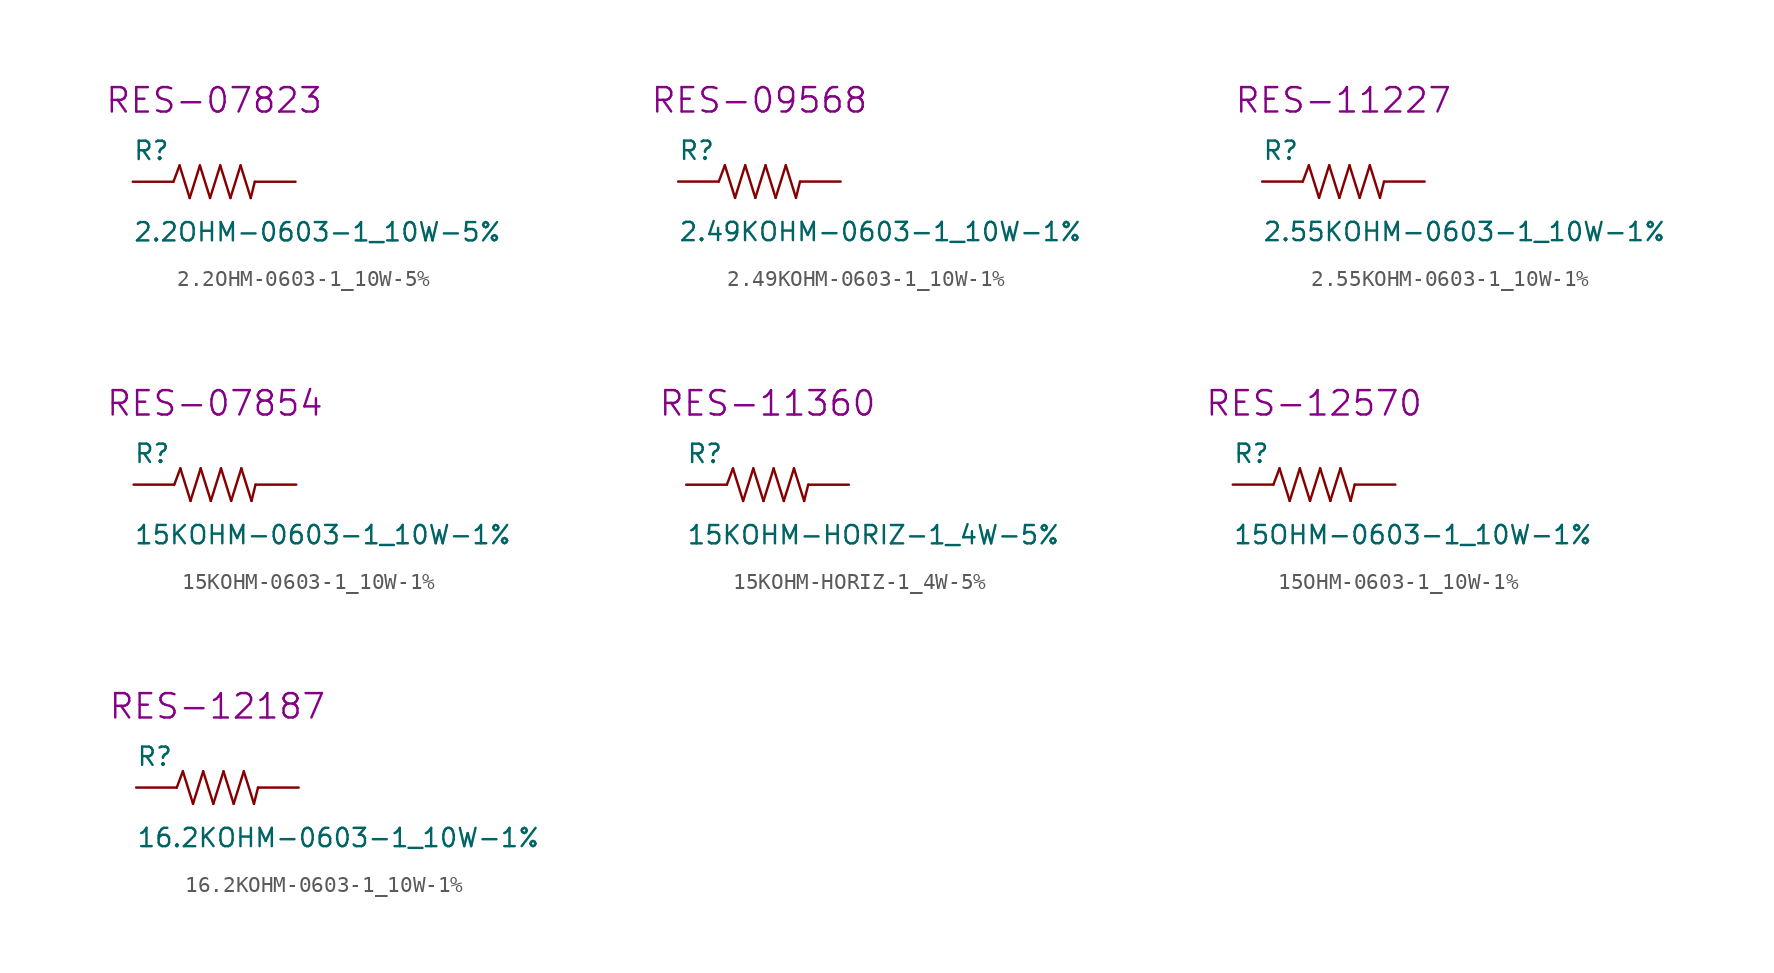
<source format=kicad_sym>
(kicad_symbol_lib
  (version 20220914)
  (generator kicad_symbol_editor)
  (symbol "2.2OHM-0603-1_10W-5%"
    (pin_numbers hide)
    (pin_names
      (offset 1.016) hide)
    (property "Reference" "R"
      (at -5.08 1.27 0)
      (effects (font (size 1.143 1.143)) (justify left bottom)))
    (property "Value" "2.2OHM-0603-1_10W-5%"
      (at -5.08 -3.81 0)
      (effects (font (size 1.143 1.143)) (justify left bottom)))
    (property "Field4" "RES-07823"
      (at 0 5.08 0)
      (effects (font (size 1.524 1.524))))
    (property "ki_locked" ""
      (at 0 0 0)
      (effects (font (size 1.27 1.27))))
    (symbol "2.2OHM-0603-1_10W-5%_1_0"
      (polyline (pts (xy -2.54 0) (xy -2.159 1.016)) (stroke (width 0) (type solid)) (fill (type none)))
      (polyline (pts (xy -2.159 1.016) (xy -1.524 -1.016)) (stroke (width 0) (type solid)) (fill (type none)))
      (polyline (pts (xy -1.524 -1.016) (xy -0.889 1.016)) (stroke (width 0) (type solid)) (fill (type none)))
      (polyline (pts (xy -0.889 1.016) (xy -0.254 -1.016)) (stroke (width 0) (type solid)) (fill (type none)))
      (polyline (pts (xy -0.254 -1.016) (xy 0.381 1.016)) (stroke (width 0) (type solid)) (fill (type none)))
      (polyline (pts (xy 0.381 1.016) (xy 1.016 -1.016)) (stroke (width 0) (type solid)) (fill (type none)))
      (polyline (pts (xy 1.016 -1.016) (xy 1.651 1.016)) (stroke (width 0) (type solid)) (fill (type none)))
      (polyline (pts (xy 1.651 1.016) (xy 2.286 -1.016)) (stroke (width 0) (type solid)) (fill (type none)))
      (polyline (pts (xy 2.286 -1.016) (xy 2.54 0)) (stroke (width 0) (type solid)) (fill (type none))))
    (symbol "2.2OHM-0603-1_10W-5%_1_1"
      (pin passive line (at -5.08 0 0) (length 2.54) (name "1" (effects (font (size 1.016 1.016)))) (number "1" (effects (font (size 1.016 1.016)))))
      (pin passive line (at 5.08 0 180) (length 2.54) (name "2" (effects (font (size 1.016 1.016)))) (number "2" (effects (font (size 1.016 1.016)))))))
  (symbol "2.49KOHM-0603-1_10W-1%"
    (pin_numbers hide)
    (pin_names
      (offset 1.016) hide)
    (property "Reference" "R"
      (at -5.08 1.27 0)
      (effects (font (size 1.143 1.143)) (justify left bottom)))
    (property "Value" "2.49KOHM-0603-1_10W-1%"
      (at -5.08 -3.81 0)
      (effects (font (size 1.143 1.143)) (justify left bottom)))
    (property "Field4" "RES-09568"
      (at 0 5.08 0)
      (effects (font (size 1.524 1.524))))
    (property "ki_locked" ""
      (at 0 0 0)
      (effects (font (size 1.27 1.27))))
    (symbol "2.49KOHM-0603-1_10W-1%_1_0"
      (polyline (pts (xy -2.54 0) (xy -2.159 1.016)) (stroke (width 0) (type solid)) (fill (type none)))
      (polyline (pts (xy -2.159 1.016) (xy -1.524 -1.016)) (stroke (width 0) (type solid)) (fill (type none)))
      (polyline (pts (xy -1.524 -1.016) (xy -0.889 1.016)) (stroke (width 0) (type solid)) (fill (type none)))
      (polyline (pts (xy -0.889 1.016) (xy -0.254 -1.016)) (stroke (width 0) (type solid)) (fill (type none)))
      (polyline (pts (xy -0.254 -1.016) (xy 0.381 1.016)) (stroke (width 0) (type solid)) (fill (type none)))
      (polyline (pts (xy 0.381 1.016) (xy 1.016 -1.016)) (stroke (width 0) (type solid)) (fill (type none)))
      (polyline (pts (xy 1.016 -1.016) (xy 1.651 1.016)) (stroke (width 0) (type solid)) (fill (type none)))
      (polyline (pts (xy 1.651 1.016) (xy 2.286 -1.016)) (stroke (width 0) (type solid)) (fill (type none)))
      (polyline (pts (xy 2.286 -1.016) (xy 2.54 0)) (stroke (width 0) (type solid)) (fill (type none))))
    (symbol "2.49KOHM-0603-1_10W-1%_1_1"
      (pin passive line (at -5.08 0 0) (length 2.54) (name "1" (effects (font (size 1.016 1.016)))) (number "1" (effects (font (size 1.016 1.016)))))
      (pin passive line (at 5.08 0 180) (length 2.54) (name "2" (effects (font (size 1.016 1.016)))) (number "2" (effects (font (size 1.016 1.016)))))))
  (symbol "2.55KOHM-0603-1_10W-1%"
    (pin_numbers hide)
    (pin_names
      (offset 1.016) hide)
    (property "Reference" "R"
      (at -5.08 1.27 0)
      (effects (font (size 1.143 1.143)) (justify left bottom)))
    (property "Value" "2.55KOHM-0603-1_10W-1%"
      (at -5.08 -3.81 0)
      (effects (font (size 1.143 1.143)) (justify left bottom)))
    (property "Field4" "RES-11227"
      (at 0 5.08 0)
      (effects (font (size 1.524 1.524))))
    (property "ki_locked" ""
      (at 0 0 0)
      (effects (font (size 1.27 1.27))))
    (symbol "2.55KOHM-0603-1_10W-1%_1_0"
      (polyline (pts (xy -2.54 0) (xy -2.159 1.016)) (stroke (width 0) (type solid)) (fill (type none)))
      (polyline (pts (xy -2.159 1.016) (xy -1.524 -1.016)) (stroke (width 0) (type solid)) (fill (type none)))
      (polyline (pts (xy -1.524 -1.016) (xy -0.889 1.016)) (stroke (width 0) (type solid)) (fill (type none)))
      (polyline (pts (xy -0.889 1.016) (xy -0.254 -1.016)) (stroke (width 0) (type solid)) (fill (type none)))
      (polyline (pts (xy -0.254 -1.016) (xy 0.381 1.016)) (stroke (width 0) (type solid)) (fill (type none)))
      (polyline (pts (xy 0.381 1.016) (xy 1.016 -1.016)) (stroke (width 0) (type solid)) (fill (type none)))
      (polyline (pts (xy 1.016 -1.016) (xy 1.651 1.016)) (stroke (width 0) (type solid)) (fill (type none)))
      (polyline (pts (xy 1.651 1.016) (xy 2.286 -1.016)) (stroke (width 0) (type solid)) (fill (type none)))
      (polyline (pts (xy 2.286 -1.016) (xy 2.54 0)) (stroke (width 0) (type solid)) (fill (type none))))
    (symbol "2.55KOHM-0603-1_10W-1%_1_1"
      (pin passive line (at -5.08 0 0) (length 2.54) (name "1" (effects (font (size 1.016 1.016)))) (number "1" (effects (font (size 1.016 1.016)))))
      (pin passive line (at 5.08 0 180) (length 2.54) (name "2" (effects (font (size 1.016 1.016)))) (number "2" (effects (font (size 1.016 1.016)))))))
  (symbol "15KOHM-0603-1_10W-1%"
    (pin_numbers hide)
    (pin_names
      (offset 1.016) hide)
    (property "Reference" "R"
      (at -5.08 1.27 0)
      (effects (font (size 1.143 1.143)) (justify left bottom)))
    (property "Value" "15KOHM-0603-1_10W-1%"
      (at -5.08 -3.81 0)
      (effects (font (size 1.143 1.143)) (justify left bottom)))
    (property "Field4" "RES-07854"
      (at 0 5.08 0)
      (effects (font (size 1.524 1.524))))
    (property "ki_locked" ""
      (at 0 0 0)
      (effects (font (size 1.27 1.27))))
    (symbol "15KOHM-0603-1_10W-1%_1_0"
      (polyline (pts (xy -2.54 0) (xy -2.159 1.016)) (stroke (width 0) (type solid)) (fill (type none)))
      (polyline (pts (xy -2.159 1.016) (xy -1.524 -1.016)) (stroke (width 0) (type solid)) (fill (type none)))
      (polyline (pts (xy -1.524 -1.016) (xy -0.889 1.016)) (stroke (width 0) (type solid)) (fill (type none)))
      (polyline (pts (xy -0.889 1.016) (xy -0.254 -1.016)) (stroke (width 0) (type solid)) (fill (type none)))
      (polyline (pts (xy -0.254 -1.016) (xy 0.381 1.016)) (stroke (width 0) (type solid)) (fill (type none)))
      (polyline (pts (xy 0.381 1.016) (xy 1.016 -1.016)) (stroke (width 0) (type solid)) (fill (type none)))
      (polyline (pts (xy 1.016 -1.016) (xy 1.651 1.016)) (stroke (width 0) (type solid)) (fill (type none)))
      (polyline (pts (xy 1.651 1.016) (xy 2.286 -1.016)) (stroke (width 0) (type solid)) (fill (type none)))
      (polyline (pts (xy 2.286 -1.016) (xy 2.54 0)) (stroke (width 0) (type solid)) (fill (type none))))
    (symbol "15KOHM-0603-1_10W-1%_1_1"
      (pin passive line (at -5.08 0 0) (length 2.54) (name "1" (effects (font (size 1.016 1.016)))) (number "1" (effects (font (size 1.016 1.016)))))
      (pin passive line (at 5.08 0 180) (length 2.54) (name "2" (effects (font (size 1.016 1.016)))) (number "2" (effects (font (size 1.016 1.016)))))))
  (symbol "15KOHM-HORIZ-1_4W-5%"
    (pin_numbers hide)
    (pin_names
      (offset 1.016) hide)
    (property "Reference" "R"
      (at -5.08 1.27 0)
      (effects (font (size 1.143 1.143)) (justify left bottom)))
    (property "Value" "15KOHM-HORIZ-1_4W-5%"
      (at -5.08 -3.81 0)
      (effects (font (size 1.143 1.143)) (justify left bottom)))
    (property "Field4" "RES-11360"
      (at 0 5.08 0)
      (effects (font (size 1.524 1.524))))
    (property "ki_locked" ""
      (at 0 0 0)
      (effects (font (size 1.27 1.27))))
    (symbol "15KOHM-HORIZ-1_4W-5%_1_0"
      (polyline (pts (xy -2.54 0) (xy -2.159 1.016)) (stroke (width 0) (type solid)) (fill (type none)))
      (polyline (pts (xy -2.159 1.016) (xy -1.524 -1.016)) (stroke (width 0) (type solid)) (fill (type none)))
      (polyline (pts (xy -1.524 -1.016) (xy -0.889 1.016)) (stroke (width 0) (type solid)) (fill (type none)))
      (polyline (pts (xy -0.889 1.016) (xy -0.254 -1.016)) (stroke (width 0) (type solid)) (fill (type none)))
      (polyline (pts (xy -0.254 -1.016) (xy 0.381 1.016)) (stroke (width 0) (type solid)) (fill (type none)))
      (polyline (pts (xy 0.381 1.016) (xy 1.016 -1.016)) (stroke (width 0) (type solid)) (fill (type none)))
      (polyline (pts (xy 1.016 -1.016) (xy 1.651 1.016)) (stroke (width 0) (type solid)) (fill (type none)))
      (polyline (pts (xy 1.651 1.016) (xy 2.286 -1.016)) (stroke (width 0) (type solid)) (fill (type none)))
      (polyline (pts (xy 2.286 -1.016) (xy 2.54 0)) (stroke (width 0) (type solid)) (fill (type none))))
    (symbol "15KOHM-HORIZ-1_4W-5%_1_1"
      (pin passive line (at -5.08 0 0) (length 2.54) (name "1" (effects (font (size 1.016 1.016)))) (number "P$1" (effects (font (size 1.016 1.016)))))
      (pin passive line (at 5.08 0 180) (length 2.54) (name "2" (effects (font (size 1.016 1.016)))) (number "P$2" (effects (font (size 1.016 1.016)))))))
  (symbol "15OHM-0603-1_10W-1%"
    (pin_numbers hide)
    (pin_names
      (offset 1.016) hide)
    (property "Reference" "R"
      (at -5.08 1.27 0)
      (effects (font (size 1.143 1.143)) (justify left bottom)))
    (property "Value" "15OHM-0603-1_10W-1%"
      (at -5.08 -3.81 0)
      (effects (font (size 1.143 1.143)) (justify left bottom)))
    (property "Field4" "RES-12570"
      (at 0 5.08 0)
      (effects (font (size 1.524 1.524))))
    (property "ki_locked" ""
      (at 0 0 0)
      (effects (font (size 1.27 1.27))))
    (symbol "15OHM-0603-1_10W-1%_1_0"
      (polyline (pts (xy -2.54 0) (xy -2.159 1.016)) (stroke (width 0) (type solid)) (fill (type none)))
      (polyline (pts (xy -2.159 1.016) (xy -1.524 -1.016)) (stroke (width 0) (type solid)) (fill (type none)))
      (polyline (pts (xy -1.524 -1.016) (xy -0.889 1.016)) (stroke (width 0) (type solid)) (fill (type none)))
      (polyline (pts (xy -0.889 1.016) (xy -0.254 -1.016)) (stroke (width 0) (type solid)) (fill (type none)))
      (polyline (pts (xy -0.254 -1.016) (xy 0.381 1.016)) (stroke (width 0) (type solid)) (fill (type none)))
      (polyline (pts (xy 0.381 1.016) (xy 1.016 -1.016)) (stroke (width 0) (type solid)) (fill (type none)))
      (polyline (pts (xy 1.016 -1.016) (xy 1.651 1.016)) (stroke (width 0) (type solid)) (fill (type none)))
      (polyline (pts (xy 1.651 1.016) (xy 2.286 -1.016)) (stroke (width 0) (type solid)) (fill (type none)))
      (polyline (pts (xy 2.286 -1.016) (xy 2.54 0)) (stroke (width 0) (type solid)) (fill (type none))))
    (symbol "15OHM-0603-1_10W-1%_1_1"
      (pin passive line (at -5.08 0 0) (length 2.54) (name "1" (effects (font (size 1.016 1.016)))) (number "1" (effects (font (size 1.016 1.016)))))
      (pin passive line (at 5.08 0 180) (length 2.54) (name "2" (effects (font (size 1.016 1.016)))) (number "2" (effects (font (size 1.016 1.016)))))))
  (symbol "16.2KOHM-0603-1_10W-1%"
    (pin_numbers hide)
    (pin_names
      (offset 1.016) hide)
    (property "Reference" "R"
      (at -5.08 1.27 0)
      (effects (font (size 1.143 1.143)) (justify left bottom)))
    (property "Value" "16.2KOHM-0603-1_10W-1%"
      (at -5.08 -3.81 0)
      (effects (font (size 1.143 1.143)) (justify left bottom)))
    (property "Field4" "RES-12187"
      (at 0 5.08 0)
      (effects (font (size 1.524 1.524))))
    (property "ki_locked" ""
      (at 0 0 0)
      (effects (font (size 1.27 1.27))))
    (symbol "16.2KOHM-0603-1_10W-1%_1_0"
      (polyline (pts (xy -2.54 0) (xy -2.159 1.016)) (stroke (width 0) (type solid)) (fill (type none)))
      (polyline (pts (xy -2.159 1.016) (xy -1.524 -1.016)) (stroke (width 0) (type solid)) (fill (type none)))
      (polyline (pts (xy -1.524 -1.016) (xy -0.889 1.016)) (stroke (width 0) (type solid)) (fill (type none)))
      (polyline (pts (xy -0.889 1.016) (xy -0.254 -1.016)) (stroke (width 0) (type solid)) (fill (type none)))
      (polyline (pts (xy -0.254 -1.016) (xy 0.381 1.016)) (stroke (width 0) (type solid)) (fill (type none)))
      (polyline (pts (xy 0.381 1.016) (xy 1.016 -1.016)) (stroke (width 0) (type solid)) (fill (type none)))
      (polyline (pts (xy 1.016 -1.016) (xy 1.651 1.016)) (stroke (width 0) (type solid)) (fill (type none)))
      (polyline (pts (xy 1.651 1.016) (xy 2.286 -1.016)) (stroke (width 0) (type solid)) (fill (type none)))
      (polyline (pts (xy 2.286 -1.016) (xy 2.54 0)) (stroke (width 0) (type solid)) (fill (type none))))
    (symbol "16.2KOHM-0603-1_10W-1%_1_1"
      (pin passive line (at -5.08 0 0) (length 2.54) (name "1" (effects (font (size 1.016 1.016)))) (number "1" (effects (font (size 1.016 1.016)))))
      (pin passive line (at 5.08 0 180) (length 2.54) (name "2" (effects (font (size 1.016 1.016)))) (number "2" (effects (font (size 1.016 1.016))))))))
</source>
